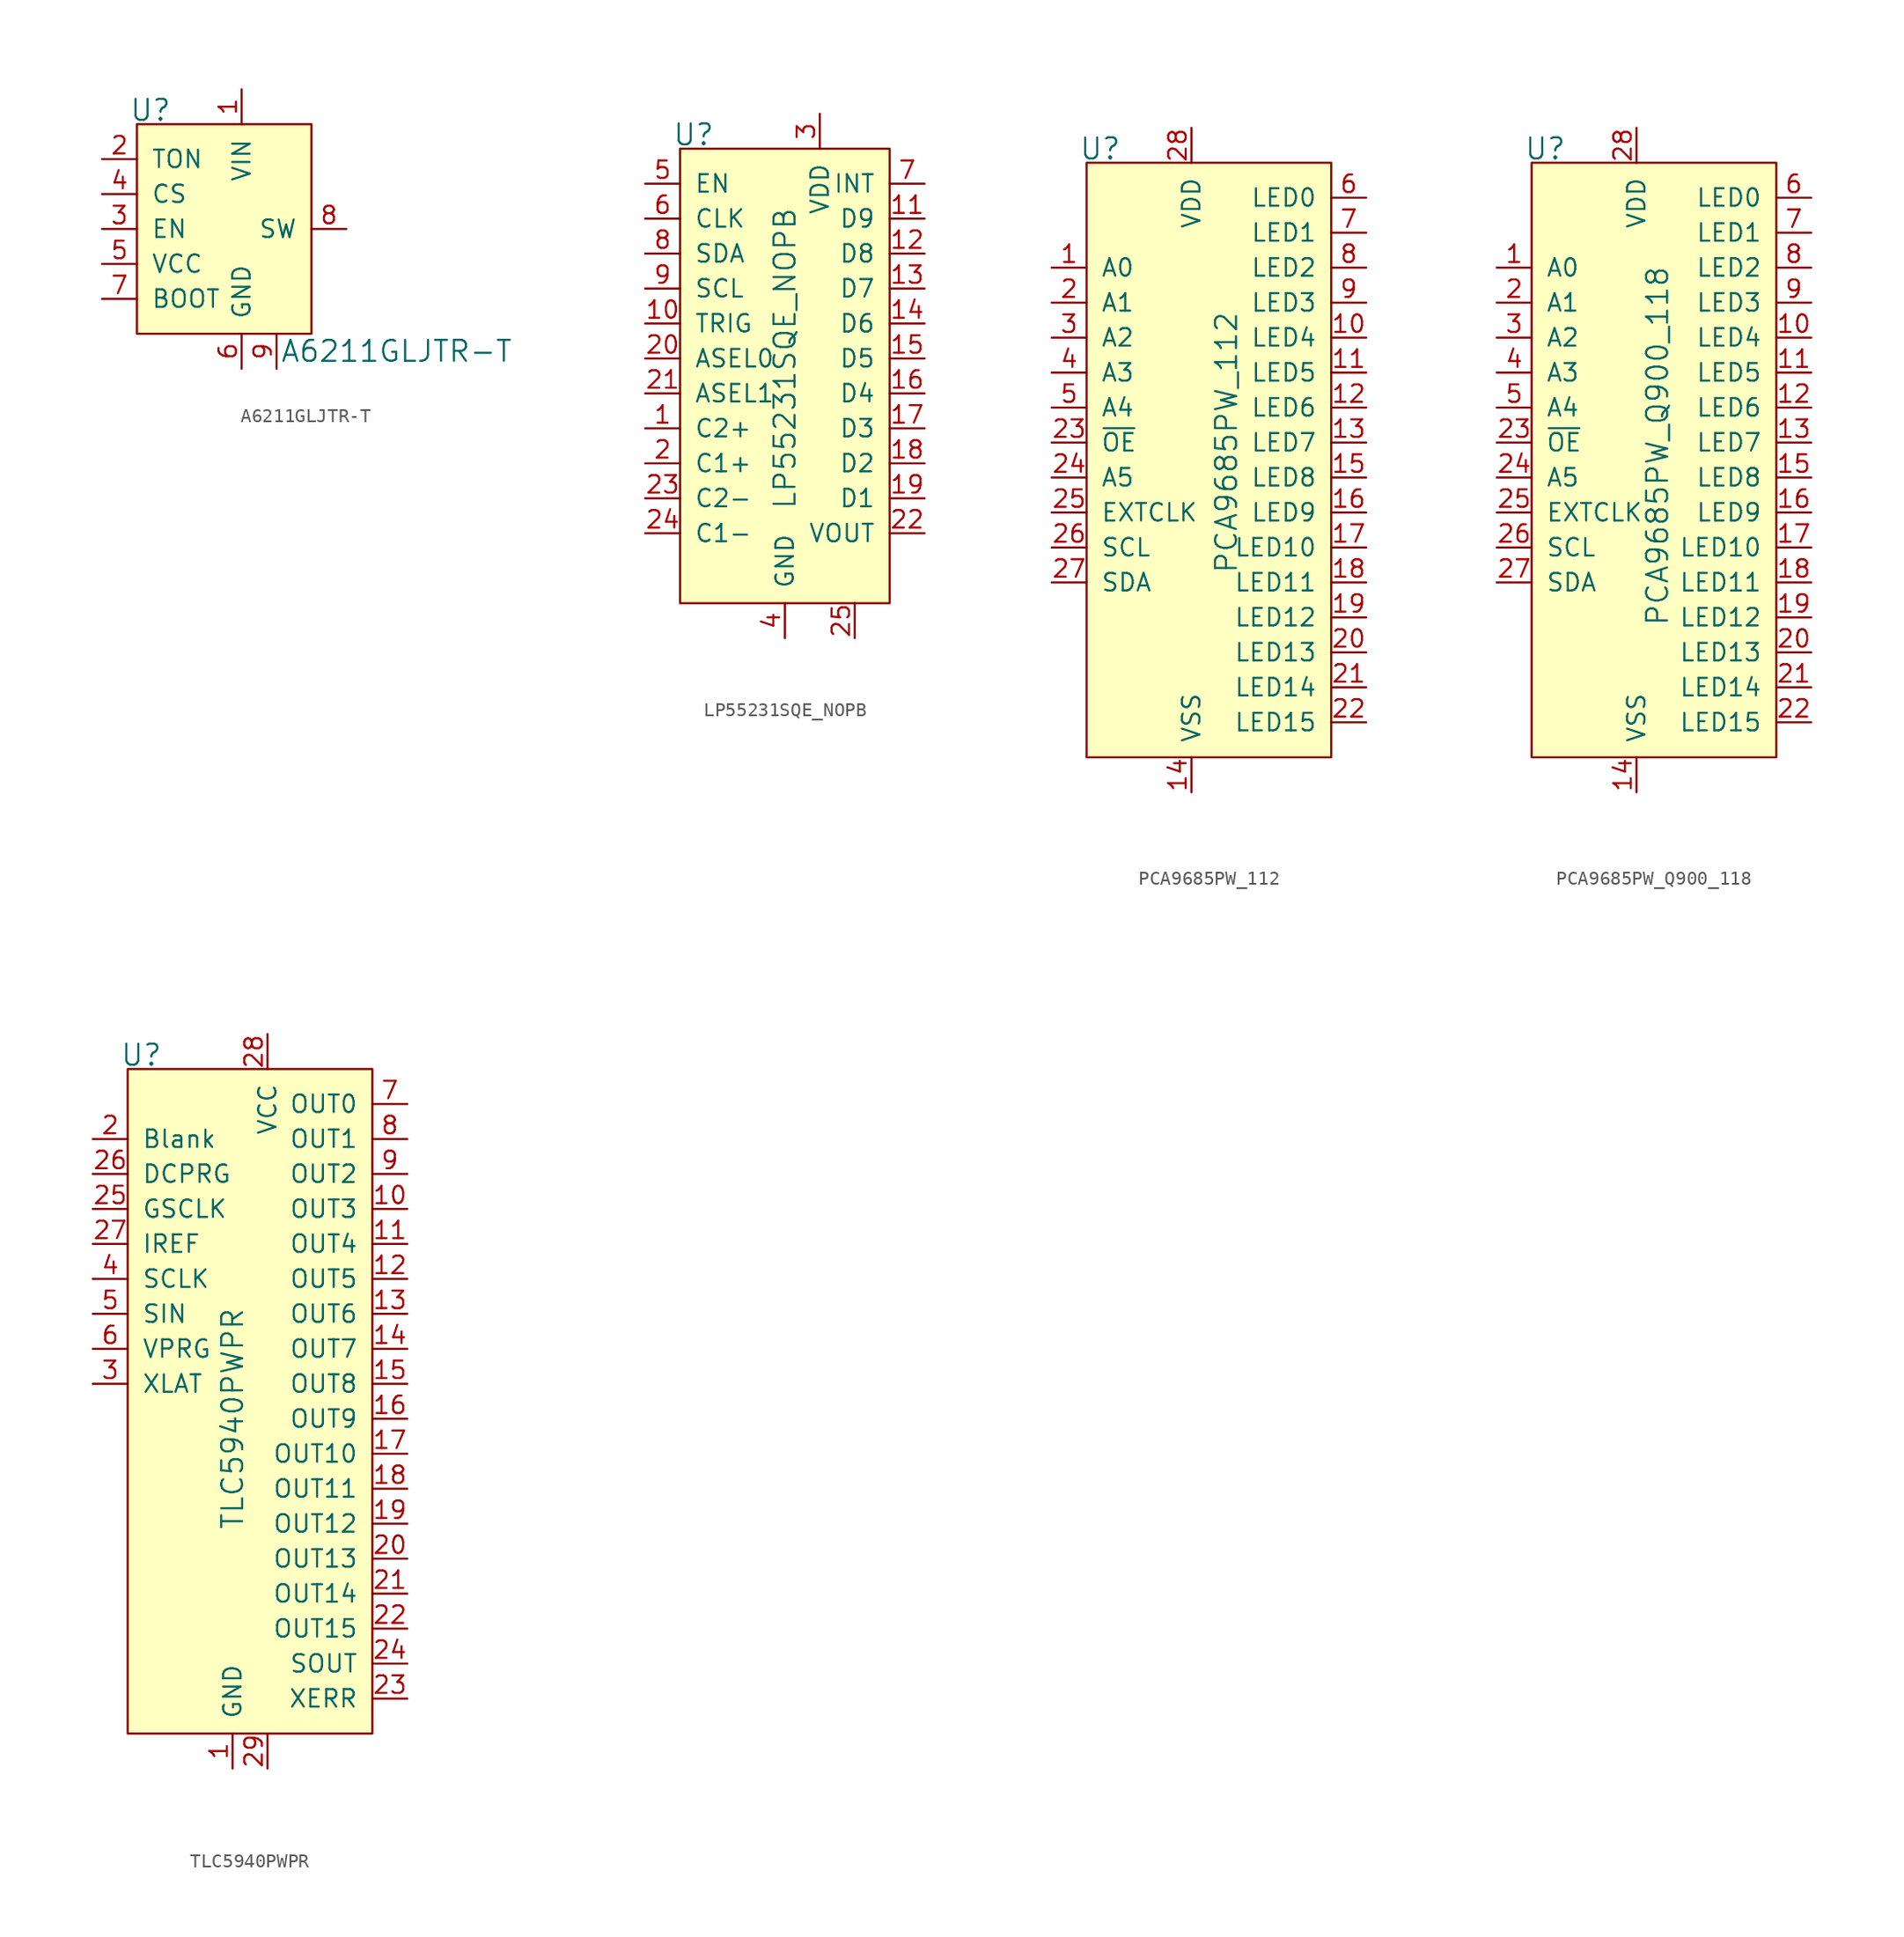
<source format=kicad_sym>
(kicad_symbol_lib
  (version 20231120)
  (generator "kicad_symbol_editor")
  (generator_version "8.0")
  (symbol "A6211GLJTR-T"
    (pin_names
      (offset 1.016))
    (property "Reference" "U"
      (at -2.54 6.096 0)
      (effects (font (size 1.524 1.524)) (justify right)))
    (property "Value" "A6211GLJTR-T"
      (at 5.334 -11.43 0)
      (effects (font (size 1.524 1.524)) (justify left)))
    (symbol "A6211GLJTR-T_0_1"
      (rectangle (start -5.08 5.08) (end 7.62 -10.16) (stroke (width 0) (type default)) (fill (type background))))
    (symbol "A6211GLJTR-T_1_1"
      (pin power_in line (at 2.54 7.62 270) (length 2.54) (name "VIN" (effects (font (size 1.27 1.27)))) (number "1" (effects (font (size 1.27 1.27)))))
      (pin passive line (at -7.62 2.54 0) (length 2.54) (name "TON" (effects (font (size 1.27 1.27)))) (number "2" (effects (font (size 1.27 1.27)))))
      (pin input line (at -7.62 -2.54 0) (length 2.54) (name "EN" (effects (font (size 1.27 1.27)))) (number "3" (effects (font (size 1.27 1.27)))))
      (pin input line (at -7.62 0 0) (length 2.54) (name "CS" (effects (font (size 1.27 1.27)))) (number "4" (effects (font (size 1.27 1.27)))))
      (pin passive line (at -7.62 -5.08 0) (length 2.54) (name "VCC" (effects (font (size 1.27 1.27)))) (number "5" (effects (font (size 1.27 1.27)))))
      (pin power_in line (at 2.54 -12.7 90) (length 2.54) (name "GND" (effects (font (size 1.27 1.27)))) (number "6" (effects (font (size 1.27 1.27)))))
      (pin passive line (at -7.62 -7.62 0) (length 2.54) (name "BOOT" (effects (font (size 1.27 1.27)))) (number "7" (effects (font (size 1.27 1.27)))))
      (pin output line (at 10.16 -2.54 180) (length 2.54) (name "SW" (effects (font (size 1.27 1.27)))) (number "8" (effects (font (size 1.27 1.27)))))
      (pin power_in line (at 5.08 -12.7 90) (length 2.54) (name "~" (effects (font (size 1.27 1.27)))) (number "9" (effects (font (size 1.27 1.27)))))))
  (symbol "LP55231SQE_NOPB"
    (pin_names
      (offset 1.016))
    (property "Reference" "U"
      (at -7.62 3.556 0)
      (effects (font (size 1.524 1.524)) (justify right)))
    (property "Value" "LP55231SQE_NOPB"
      (at -2.54 -12.7 90)
      (effects (font (size 1.524 1.524))))
    (symbol "LP55231SQE_NOPB_0_1"
      (rectangle (start -10.16 2.54) (end 5.08 -30.48) (stroke (width 0) (type default)) (fill (type background))))
    (symbol "LP55231SQE_NOPB_1_1"
      (pin passive line (at -12.7 -17.78 0) (length 2.54) (name "C2+" (effects (font (size 1.27 1.27)))) (number "1" (effects (font (size 1.27 1.27)))))
      (pin input line (at -12.7 -10.16 0) (length 2.54) (name "TRIG" (effects (font (size 1.27 1.27)))) (number "10" (effects (font (size 1.27 1.27)))))
      (pin power_out line (at 7.62 -2.54 180) (length 2.54) (name "D9" (effects (font (size 1.27 1.27)))) (number "11" (effects (font (size 1.27 1.27)))))
      (pin power_out line (at 7.62 -5.08 180) (length 2.54) (name "D8" (effects (font (size 1.27 1.27)))) (number "12" (effects (font (size 1.27 1.27)))))
      (pin power_out line (at 7.62 -7.62 180) (length 2.54) (name "D7" (effects (font (size 1.27 1.27)))) (number "13" (effects (font (size 1.27 1.27)))))
      (pin power_out line (at 7.62 -10.16 180) (length 2.54) (name "D6" (effects (font (size 1.27 1.27)))) (number "14" (effects (font (size 1.27 1.27)))))
      (pin power_out line (at 7.62 -12.7 180) (length 2.54) (name "D5" (effects (font (size 1.27 1.27)))) (number "15" (effects (font (size 1.27 1.27)))))
      (pin power_out line (at 7.62 -15.24 180) (length 2.54) (name "D4" (effects (font (size 1.27 1.27)))) (number "16" (effects (font (size 1.27 1.27)))))
      (pin power_out line (at 7.62 -17.78 180) (length 2.54) (name "D3" (effects (font (size 1.27 1.27)))) (number "17" (effects (font (size 1.27 1.27)))))
      (pin power_out line (at 7.62 -20.32 180) (length 2.54) (name "D2" (effects (font (size 1.27 1.27)))) (number "18" (effects (font (size 1.27 1.27)))))
      (pin power_out line (at 7.62 -22.86 180) (length 2.54) (name "D1" (effects (font (size 1.27 1.27)))) (number "19" (effects (font (size 1.27 1.27)))))
      (pin passive line (at -12.7 -20.32 0) (length 2.54) (name "C1+" (effects (font (size 1.27 1.27)))) (number "2" (effects (font (size 1.27 1.27)))))
      (pin input line (at -12.7 -12.7 0) (length 2.54) (name "ASEL0" (effects (font (size 1.27 1.27)))) (number "20" (effects (font (size 1.27 1.27)))))
      (pin input line (at -12.7 -15.24 0) (length 2.54) (name "ASEL1" (effects (font (size 1.27 1.27)))) (number "21" (effects (font (size 1.27 1.27)))))
      (pin passive line (at 7.62 -25.4 180) (length 2.54) (name "VOUT" (effects (font (size 1.27 1.27)))) (number "22" (effects (font (size 1.27 1.27)))))
      (pin passive line (at -12.7 -22.86 0) (length 2.54) (name "C2-" (effects (font (size 1.27 1.27)))) (number "23" (effects (font (size 1.27 1.27)))))
      (pin passive line (at -12.7 -25.4 0) (length 2.54) (name "C1-" (effects (font (size 1.27 1.27)))) (number "24" (effects (font (size 1.27 1.27)))))
      (pin power_in line (at 2.54 -33.02 90) (length 2.54) (name "~" (effects (font (size 1.27 1.27)))) (number "25" (effects (font (size 1.27 1.27)))))
      (pin power_in line (at 0 5.08 270) (length 2.54) (name "VDD" (effects (font (size 1.27 1.27)))) (number "3" (effects (font (size 1.27 1.27)))))
      (pin power_in line (at -2.54 -33.02 90) (length 2.54) (name "GND" (effects (font (size 1.27 1.27)))) (number "4" (effects (font (size 1.27 1.27)))))
      (pin input line (at -12.7 0 0) (length 2.54) (name "EN" (effects (font (size 1.27 1.27)))) (number "5" (effects (font (size 1.27 1.27)))))
      (pin input line (at -12.7 -2.54 0) (length 2.54) (name "CLK" (effects (font (size 1.27 1.27)))) (number "6" (effects (font (size 1.27 1.27)))))
      (pin output line (at 7.62 0 180) (length 2.54) (name "INT" (effects (font (size 1.27 1.27)))) (number "7" (effects (font (size 1.27 1.27)))))
      (pin bidirectional line (at -12.7 -5.08 0) (length 2.54) (name "SDA" (effects (font (size 1.27 1.27)))) (number "8" (effects (font (size 1.27 1.27)))))
      (pin input line (at -12.7 -7.62 0) (length 2.54) (name "SCL" (effects (font (size 1.27 1.27)))) (number "9" (effects (font (size 1.27 1.27)))))))
  (symbol "PCA9685PW_112"
    (pin_names
      (offset 1.016))
    (property "Reference" "U"
      (at -7.62 21.336 0)
      (effects (font (size 1.524 1.524)) (justify right)))
    (property "Value" "PCA9685PW_112"
      (at 0 0 90)
      (effects (font (size 1.524 1.524))))
    (symbol "PCA9685PW_112_0_1"
      (rectangle (start -10.16 20.32) (end 7.62 -22.86) (stroke (width 0) (type default)) (fill (type background))))
    (symbol "PCA9685PW_112_1_1"
      (pin input line (at -12.7 12.7 0) (length 2.54) (name "A0" (effects (font (size 1.27 1.27)))) (number "1" (effects (font (size 1.27 1.27)))))
      (pin power_out line (at 10.16 7.62 180) (length 2.54) (name "LED4" (effects (font (size 1.27 1.27)))) (number "10" (effects (font (size 1.27 1.27)))))
      (pin power_out line (at 10.16 5.08 180) (length 2.54) (name "LED5" (effects (font (size 1.27 1.27)))) (number "11" (effects (font (size 1.27 1.27)))))
      (pin power_out line (at 10.16 2.54 180) (length 2.54) (name "LED6" (effects (font (size 1.27 1.27)))) (number "12" (effects (font (size 1.27 1.27)))))
      (pin power_out line (at 10.16 0 180) (length 2.54) (name "LED7" (effects (font (size 1.27 1.27)))) (number "13" (effects (font (size 1.27 1.27)))))
      (pin power_in line (at -2.54 -25.4 90) (length 2.54) (name "VSS" (effects (font (size 1.27 1.27)))) (number "14" (effects (font (size 1.27 1.27)))))
      (pin power_out line (at 10.16 -2.54 180) (length 2.54) (name "LED8" (effects (font (size 1.27 1.27)))) (number "15" (effects (font (size 1.27 1.27)))))
      (pin power_out line (at 10.16 -5.08 180) (length 2.54) (name "LED9" (effects (font (size 1.27 1.27)))) (number "16" (effects (font (size 1.27 1.27)))))
      (pin power_out line (at 10.16 -7.62 180) (length 2.54) (name "LED10" (effects (font (size 1.27 1.27)))) (number "17" (effects (font (size 1.27 1.27)))))
      (pin power_out line (at 10.16 -10.16 180) (length 2.54) (name "LED11" (effects (font (size 1.27 1.27)))) (number "18" (effects (font (size 1.27 1.27)))))
      (pin power_out line (at 10.16 -12.7 180) (length 2.54) (name "LED12" (effects (font (size 1.27 1.27)))) (number "19" (effects (font (size 1.27 1.27)))))
      (pin input line (at -12.7 10.16 0) (length 2.54) (name "A1" (effects (font (size 1.27 1.27)))) (number "2" (effects (font (size 1.27 1.27)))))
      (pin power_out line (at 10.16 -15.24 180) (length 2.54) (name "LED13" (effects (font (size 1.27 1.27)))) (number "20" (effects (font (size 1.27 1.27)))))
      (pin power_out line (at 10.16 -17.78 180) (length 2.54) (name "LED14" (effects (font (size 1.27 1.27)))) (number "21" (effects (font (size 1.27 1.27)))))
      (pin power_out line (at 10.16 -20.32 180) (length 2.54) (name "LED15" (effects (font (size 1.27 1.27)))) (number "22" (effects (font (size 1.27 1.27)))))
      (pin input line (at -12.7 0 0) (length 2.54) (name "~{OE}" (effects (font (size 1.27 1.27)))) (number "23" (effects (font (size 1.27 1.27)))))
      (pin input line (at -12.7 -2.54 0) (length 2.54) (name "A5" (effects (font (size 1.27 1.27)))) (number "24" (effects (font (size 1.27 1.27)))))
      (pin input line (at -12.7 -5.08 0) (length 2.54) (name "EXTCLK" (effects (font (size 1.27 1.27)))) (number "25" (effects (font (size 1.27 1.27)))))
      (pin input line (at -12.7 -7.62 0) (length 2.54) (name "SCL" (effects (font (size 1.27 1.27)))) (number "26" (effects (font (size 1.27 1.27)))))
      (pin bidirectional line (at -12.7 -10.16 0) (length 2.54) (name "SDA" (effects (font (size 1.27 1.27)))) (number "27" (effects (font (size 1.27 1.27)))))
      (pin power_in line (at -2.54 22.86 270) (length 2.54) (name "VDD" (effects (font (size 1.27 1.27)))) (number "28" (effects (font (size 1.27 1.27)))))
      (pin input line (at -12.7 7.62 0) (length 2.54) (name "A2" (effects (font (size 1.27 1.27)))) (number "3" (effects (font (size 1.27 1.27)))))
      (pin input line (at -12.7 5.08 0) (length 2.54) (name "A3" (effects (font (size 1.27 1.27)))) (number "4" (effects (font (size 1.27 1.27)))))
      (pin input line (at -12.7 2.54 0) (length 2.54) (name "A4" (effects (font (size 1.27 1.27)))) (number "5" (effects (font (size 1.27 1.27)))))
      (pin power_out line (at 10.16 17.78 180) (length 2.54) (name "LED0" (effects (font (size 1.27 1.27)))) (number "6" (effects (font (size 1.27 1.27)))))
      (pin power_out line (at 10.16 15.24 180) (length 2.54) (name "LED1" (effects (font (size 1.27 1.27)))) (number "7" (effects (font (size 1.27 1.27)))))
      (pin power_out line (at 10.16 12.7 180) (length 2.54) (name "LED2" (effects (font (size 1.27 1.27)))) (number "8" (effects (font (size 1.27 1.27)))))
      (pin power_out line (at 10.16 10.16 180) (length 2.54) (name "LED3" (effects (font (size 1.27 1.27)))) (number "9" (effects (font (size 1.27 1.27)))))))
  (symbol "PCA9685PW_Q900_118"
    (pin_names
      (offset 1.016))
    (property "Reference" "U"
      (at -7.62 21.336 0)
      (effects (font (size 1.524 1.524)) (justify right)))
    (property "Value" "PCA9685PW_Q900_118"
      (at -1.016 -0.254 90)
      (effects (font (size 1.524 1.524))))
    (symbol "PCA9685PW_Q900_118_0_1"
      (rectangle (start -10.16 20.32) (end 7.62 -22.86) (stroke (width 0) (type default)) (fill (type background))))
    (symbol "PCA9685PW_Q900_118_1_1"
      (pin input line (at -12.7 12.7 0) (length 2.54) (name "A0" (effects (font (size 1.27 1.27)))) (number "1" (effects (font (size 1.27 1.27)))))
      (pin power_out line (at 10.16 7.62 180) (length 2.54) (name "LED4" (effects (font (size 1.27 1.27)))) (number "10" (effects (font (size 1.27 1.27)))))
      (pin power_out line (at 10.16 5.08 180) (length 2.54) (name "LED5" (effects (font (size 1.27 1.27)))) (number "11" (effects (font (size 1.27 1.27)))))
      (pin power_out line (at 10.16 2.54 180) (length 2.54) (name "LED6" (effects (font (size 1.27 1.27)))) (number "12" (effects (font (size 1.27 1.27)))))
      (pin power_out line (at 10.16 0 180) (length 2.54) (name "LED7" (effects (font (size 1.27 1.27)))) (number "13" (effects (font (size 1.27 1.27)))))
      (pin power_in line (at -2.54 -25.4 90) (length 2.54) (name "VSS" (effects (font (size 1.27 1.27)))) (number "14" (effects (font (size 1.27 1.27)))))
      (pin power_out line (at 10.16 -2.54 180) (length 2.54) (name "LED8" (effects (font (size 1.27 1.27)))) (number "15" (effects (font (size 1.27 1.27)))))
      (pin power_out line (at 10.16 -5.08 180) (length 2.54) (name "LED9" (effects (font (size 1.27 1.27)))) (number "16" (effects (font (size 1.27 1.27)))))
      (pin power_out line (at 10.16 -7.62 180) (length 2.54) (name "LED10" (effects (font (size 1.27 1.27)))) (number "17" (effects (font (size 1.27 1.27)))))
      (pin power_out line (at 10.16 -10.16 180) (length 2.54) (name "LED11" (effects (font (size 1.27 1.27)))) (number "18" (effects (font (size 1.27 1.27)))))
      (pin power_out line (at 10.16 -12.7 180) (length 2.54) (name "LED12" (effects (font (size 1.27 1.27)))) (number "19" (effects (font (size 1.27 1.27)))))
      (pin input line (at -12.7 10.16 0) (length 2.54) (name "A1" (effects (font (size 1.27 1.27)))) (number "2" (effects (font (size 1.27 1.27)))))
      (pin power_out line (at 10.16 -15.24 180) (length 2.54) (name "LED13" (effects (font (size 1.27 1.27)))) (number "20" (effects (font (size 1.27 1.27)))))
      (pin power_out line (at 10.16 -17.78 180) (length 2.54) (name "LED14" (effects (font (size 1.27 1.27)))) (number "21" (effects (font (size 1.27 1.27)))))
      (pin power_out line (at 10.16 -20.32 180) (length 2.54) (name "LED15" (effects (font (size 1.27 1.27)))) (number "22" (effects (font (size 1.27 1.27)))))
      (pin input line (at -12.7 0 0) (length 2.54) (name "~{OE}" (effects (font (size 1.27 1.27)))) (number "23" (effects (font (size 1.27 1.27)))))
      (pin input line (at -12.7 -2.54 0) (length 2.54) (name "A5" (effects (font (size 1.27 1.27)))) (number "24" (effects (font (size 1.27 1.27)))))
      (pin input line (at -12.7 -5.08 0) (length 2.54) (name "EXTCLK" (effects (font (size 1.27 1.27)))) (number "25" (effects (font (size 1.27 1.27)))))
      (pin input line (at -12.7 -7.62 0) (length 2.54) (name "SCL" (effects (font (size 1.27 1.27)))) (number "26" (effects (font (size 1.27 1.27)))))
      (pin bidirectional line (at -12.7 -10.16 0) (length 2.54) (name "SDA" (effects (font (size 1.27 1.27)))) (number "27" (effects (font (size 1.27 1.27)))))
      (pin power_in line (at -2.54 22.86 270) (length 2.54) (name "VDD" (effects (font (size 1.27 1.27)))) (number "28" (effects (font (size 1.27 1.27)))))
      (pin input line (at -12.7 7.62 0) (length 2.54) (name "A2" (effects (font (size 1.27 1.27)))) (number "3" (effects (font (size 1.27 1.27)))))
      (pin input line (at -12.7 5.08 0) (length 2.54) (name "A3" (effects (font (size 1.27 1.27)))) (number "4" (effects (font (size 1.27 1.27)))))
      (pin input line (at -12.7 2.54 0) (length 2.54) (name "A4" (effects (font (size 1.27 1.27)))) (number "5" (effects (font (size 1.27 1.27)))))
      (pin power_out line (at 10.16 17.78 180) (length 2.54) (name "LED0" (effects (font (size 1.27 1.27)))) (number "6" (effects (font (size 1.27 1.27)))))
      (pin power_out line (at 10.16 15.24 180) (length 2.54) (name "LED1" (effects (font (size 1.27 1.27)))) (number "7" (effects (font (size 1.27 1.27)))))
      (pin power_out line (at 10.16 12.7 180) (length 2.54) (name "LED2" (effects (font (size 1.27 1.27)))) (number "8" (effects (font (size 1.27 1.27)))))
      (pin power_out line (at 10.16 10.16 180) (length 2.54) (name "LED3" (effects (font (size 1.27 1.27)))) (number "9" (effects (font (size 1.27 1.27)))))))
  (symbol "TLC5940PWPR"
    (pin_names
      (offset 1.016))
    (property "Reference" "U"
      (at -5.08 13.716 0)
      (effects (font (size 1.524 1.524)) (justify right)))
    (property "Value" "TLC5940PWPR"
      (at 0 -12.7 90)
      (effects (font (size 1.524 1.524))))
    (symbol "TLC5940PWPR_0_1"
      (rectangle (start -7.62 12.7) (end 10.16 -35.56) (stroke (width 0) (type default)) (fill (type background))))
    (symbol "TLC5940PWPR_1_1"
      (pin power_in line (at 0 -38.1 90) (length 2.54) (name "GND" (effects (font (size 1.27 1.27)))) (number "1" (effects (font (size 1.27 1.27)))))
      (pin power_out line (at 12.7 2.54 180) (length 2.54) (name "OUT3" (effects (font (size 1.27 1.27)))) (number "10" (effects (font (size 1.27 1.27)))))
      (pin power_out line (at 12.7 0 180) (length 2.54) (name "OUT4" (effects (font (size 1.27 1.27)))) (number "11" (effects (font (size 1.27 1.27)))))
      (pin power_out line (at 12.7 -2.54 180) (length 2.54) (name "OUT5" (effects (font (size 1.27 1.27)))) (number "12" (effects (font (size 1.27 1.27)))))
      (pin power_out line (at 12.7 -5.08 180) (length 2.54) (name "OUT6" (effects (font (size 1.27 1.27)))) (number "13" (effects (font (size 1.27 1.27)))))
      (pin power_out line (at 12.7 -7.62 180) (length 2.54) (name "OUT7" (effects (font (size 1.27 1.27)))) (number "14" (effects (font (size 1.27 1.27)))))
      (pin power_out line (at 12.7 -10.16 180) (length 2.54) (name "OUT8" (effects (font (size 1.27 1.27)))) (number "15" (effects (font (size 1.27 1.27)))))
      (pin power_out line (at 12.7 -12.7 180) (length 2.54) (name "OUT9" (effects (font (size 1.27 1.27)))) (number "16" (effects (font (size 1.27 1.27)))))
      (pin power_out line (at 12.7 -15.24 180) (length 2.54) (name "OUT10" (effects (font (size 1.27 1.27)))) (number "17" (effects (font (size 1.27 1.27)))))
      (pin power_out line (at 12.7 -17.78 180) (length 2.54) (name "OUT11" (effects (font (size 1.27 1.27)))) (number "18" (effects (font (size 1.27 1.27)))))
      (pin power_out line (at 12.7 -20.32 180) (length 2.54) (name "OUT12" (effects (font (size 1.27 1.27)))) (number "19" (effects (font (size 1.27 1.27)))))
      (pin input line (at -10.16 7.62 0) (length 2.54) (name "Blank" (effects (font (size 1.27 1.27)))) (number "2" (effects (font (size 1.27 1.27)))))
      (pin power_out line (at 12.7 -22.86 180) (length 2.54) (name "OUT13" (effects (font (size 1.27 1.27)))) (number "20" (effects (font (size 1.27 1.27)))))
      (pin power_out line (at 12.7 -25.4 180) (length 2.54) (name "OUT14" (effects (font (size 1.27 1.27)))) (number "21" (effects (font (size 1.27 1.27)))))
      (pin power_out line (at 12.7 -27.94 180) (length 2.54) (name "OUT15" (effects (font (size 1.27 1.27)))) (number "22" (effects (font (size 1.27 1.27)))))
      (pin output line (at 12.7 -33.02 180) (length 2.54) (name "XERR" (effects (font (size 1.27 1.27)))) (number "23" (effects (font (size 1.27 1.27)))))
      (pin output line (at 12.7 -30.48 180) (length 2.54) (name "SOUT" (effects (font (size 1.27 1.27)))) (number "24" (effects (font (size 1.27 1.27)))))
      (pin input line (at -10.16 2.54 0) (length 2.54) (name "GSCLK" (effects (font (size 1.27 1.27)))) (number "25" (effects (font (size 1.27 1.27)))))
      (pin input line (at -10.16 5.08 0) (length 2.54) (name "DCPRG" (effects (font (size 1.27 1.27)))) (number "26" (effects (font (size 1.27 1.27)))))
      (pin passive line (at -10.16 0 0) (length 2.54) (name "IREF" (effects (font (size 1.27 1.27)))) (number "27" (effects (font (size 1.27 1.27)))))
      (pin power_in line (at 2.54 15.24 270) (length 2.54) (name "VCC" (effects (font (size 1.27 1.27)))) (number "28" (effects (font (size 1.27 1.27)))))
      (pin power_in line (at 2.54 -38.1 90) (length 2.54) (name "~" (effects (font (size 1.27 1.27)))) (number "29" (effects (font (size 1.27 1.27)))))
      (pin input line (at -10.16 -10.16 0) (length 2.54) (name "XLAT" (effects (font (size 1.27 1.27)))) (number "3" (effects (font (size 1.27 1.27)))))
      (pin input line (at -10.16 -2.54 0) (length 2.54) (name "SCLK" (effects (font (size 1.27 1.27)))) (number "4" (effects (font (size 1.27 1.27)))))
      (pin input line (at -10.16 -5.08 0) (length 2.54) (name "SIN" (effects (font (size 1.27 1.27)))) (number "5" (effects (font (size 1.27 1.27)))))
      (pin input line (at -10.16 -7.62 0) (length 2.54) (name "VPRG" (effects (font (size 1.27 1.27)))) (number "6" (effects (font (size 1.27 1.27)))))
      (pin power_out line (at 12.7 10.16 180) (length 2.54) (name "OUT0" (effects (font (size 1.27 1.27)))) (number "7" (effects (font (size 1.27 1.27)))))
      (pin power_out line (at 12.7 7.62 180) (length 2.54) (name "OUT1" (effects (font (size 1.27 1.27)))) (number "8" (effects (font (size 1.27 1.27)))))
      (pin power_out line (at 12.7 5.08 180) (length 2.54) (name "OUT2" (effects (font (size 1.27 1.27)))) (number "9" (effects (font (size 1.27 1.27))))))))
</source>
